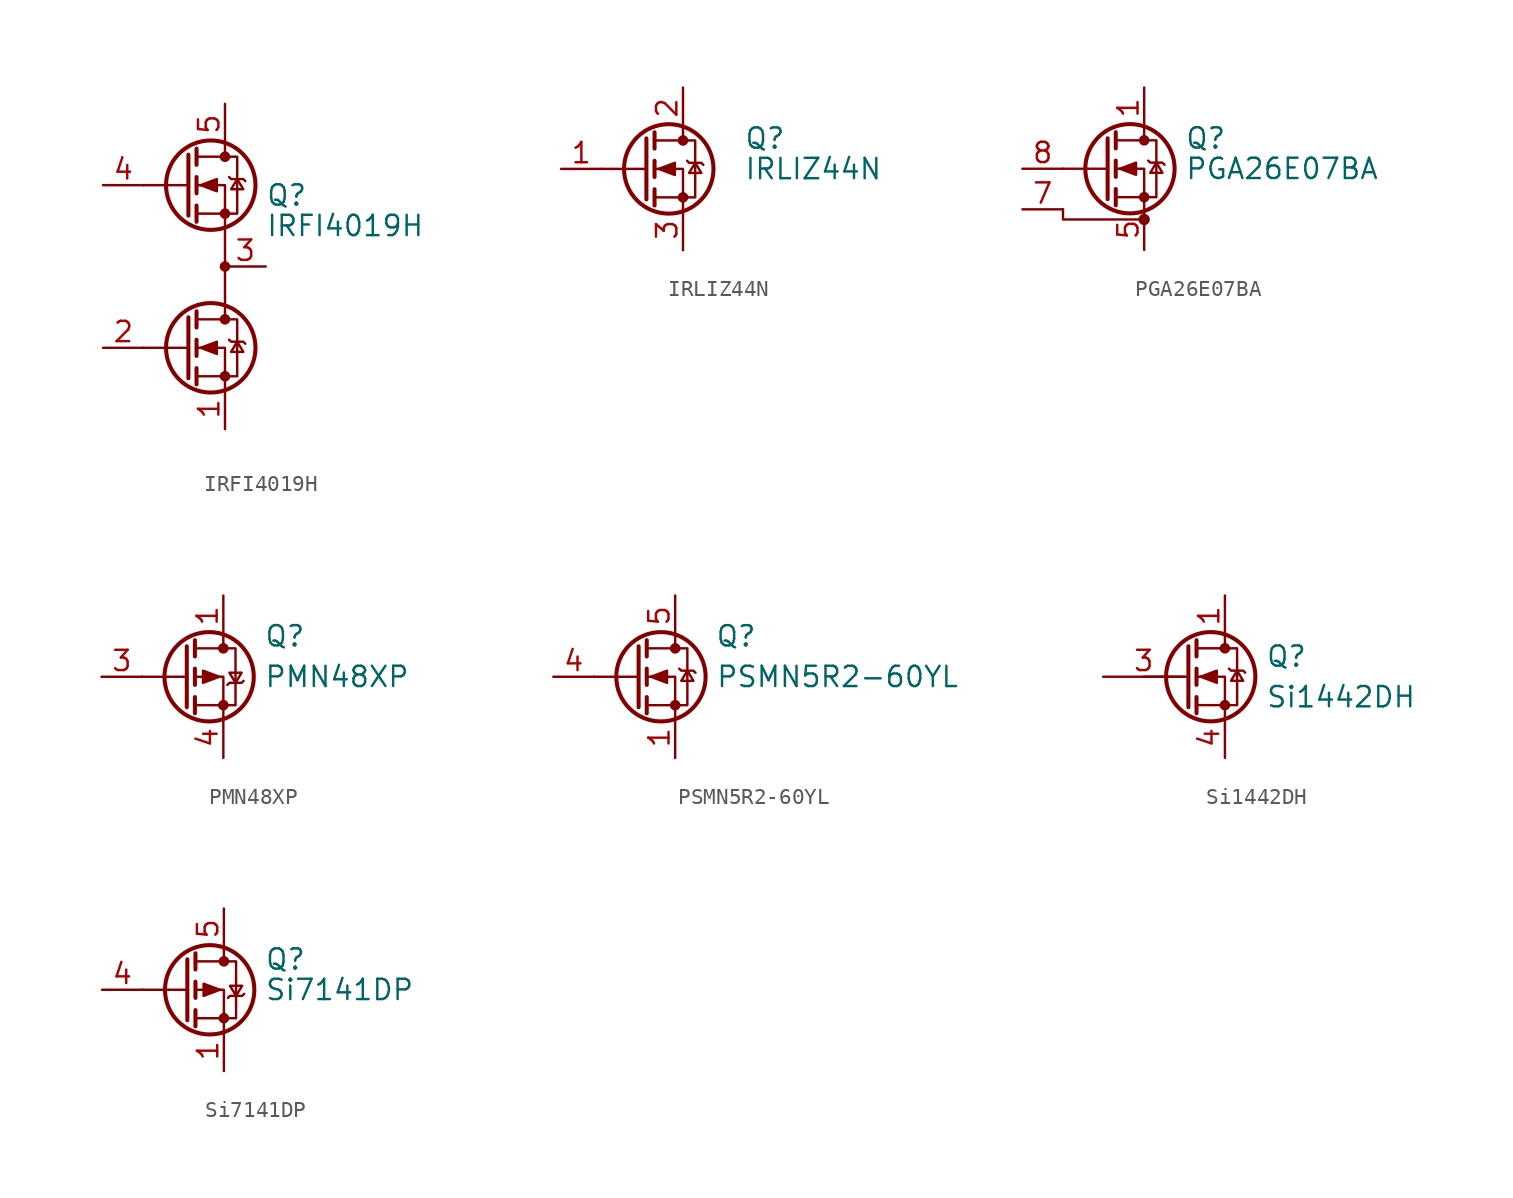
<source format=kicad_sym>
(kicad_symbol_lib
  (version 20200908)
  (generator kicad_symbol_editor)
  (symbol "Transistor_FET:IRFI4019H"
    (pin_names hide)
    (property "Reference" "Q"
      (at 5.08 4.445 0)
      (effects (font (size 1.27 1.27)) (justify left)))
    (property "Value" "IRFI4019H"
      (at 5.08 2.54 0)
      (effects (font (size 1.27 1.27)) (justify left)))
    (symbol "IRFI4019H_0_1"
      (circle (center 1.651 -5.08) (radius 2.794) (stroke (width 0.254)) (fill (type none)))
      (circle (center 1.651 5.08) (radius 2.794) (stroke (width 0.254)) (fill (type none)))
      (circle (center 2.54 -6.858) (radius 0.254) (stroke (width 0)) (fill (type outline)))
      (circle (center 2.54 -3.302) (radius 0.254) (stroke (width 0)) (fill (type outline)))
      (circle (center 2.54 0) (radius 0.254) (stroke (width 0)) (fill (type outline)))
      (circle (center 2.54 3.302) (radius 0.254) (stroke (width 0)) (fill (type outline)))
      (circle (center 2.54 6.858) (radius 0.254) (stroke (width 0)) (fill (type outline)))
      (polyline (pts (xy 0.254 -5.08) (xy -2.54 -5.08)) (stroke (width 0)) (fill (type none)))
      (polyline (pts (xy 0.254 -3.175) (xy 0.254 -6.985)) (stroke (width 0.254)) (fill (type none)))
      (polyline (pts (xy 0.254 5.08) (xy -2.54 5.08)) (stroke (width 0)) (fill (type none)))
      (polyline (pts (xy 0.254 6.985) (xy 0.254 3.175)) (stroke (width 0.254)) (fill (type none)))
      (polyline (pts (xy 0.762 -6.35) (xy 0.762 -7.366)) (stroke (width 0.254)) (fill (type none)))
      (polyline (pts (xy 0.762 -4.572) (xy 0.762 -5.588)) (stroke (width 0.254)) (fill (type none)))
      (polyline (pts (xy 0.762 -2.794) (xy 0.762 -3.81)) (stroke (width 0.254)) (fill (type none)))
      (polyline (pts (xy 0.762 3.81) (xy 0.762 2.794)) (stroke (width 0.254)) (fill (type none)))
      (polyline (pts (xy 0.762 5.588) (xy 0.762 4.572)) (stroke (width 0.254)) (fill (type none)))
      (polyline (pts (xy 0.762 7.366) (xy 0.762 6.35)) (stroke (width 0.254)) (fill (type none)))
      (polyline (pts (xy 2.54 7.62) (xy 2.54 6.858)) (stroke (width 0)) (fill (type none)))
      (polyline (pts (xy 2.54 -7.62) (xy 2.54 -5.08) (xy 0.762 -5.08)) (stroke (width 0)) (fill (type none)))
      (polyline (pts (xy 2.54 -3.302) (xy 2.54 5.08) (xy 0.762 5.08)) (stroke (width 0)) (fill (type none)))
      (polyline (pts (xy 0.762 -6.858) (xy 3.302 -6.858) (xy 3.302 -3.302) (xy 0.762 -3.302)) (stroke (width 0)) (fill (type none)))
      (polyline (pts (xy 0.762 3.302) (xy 3.302 3.302) (xy 3.302 6.858) (xy 0.762 6.858)) (stroke (width 0)) (fill (type none)))
      (polyline (pts (xy 1.016 -5.08) (xy 2.032 -4.699) (xy 2.032 -5.461) (xy 1.016 -5.08)) (stroke (width 0)) (fill (type outline)))
      (polyline (pts (xy 1.016 5.08) (xy 2.032 5.461) (xy 2.032 4.699) (xy 1.016 5.08)) (stroke (width 0)) (fill (type outline)))
      (polyline (pts (xy 2.794 -4.572) (xy 2.921 -4.699) (xy 3.683 -4.699) (xy 3.81 -4.826)) (stroke (width 0)) (fill (type none)))
      (polyline (pts (xy 2.794 5.588) (xy 2.921 5.461) (xy 3.683 5.461) (xy 3.81 5.334)) (stroke (width 0)) (fill (type none)))
      (polyline (pts (xy 3.302 -4.699) (xy 2.921 -5.334) (xy 3.683 -5.334) (xy 3.302 -4.699)) (stroke (width 0)) (fill (type none)))
      (polyline (pts (xy 3.302 5.461) (xy 2.921 4.826) (xy 3.683 4.826) (xy 3.302 5.461)) (stroke (width 0)) (fill (type none))))
    (symbol "IRFI4019H_1_1"
      (pin passive line (at 2.54 -10.16 90) (length 2.54) (name "S2" (effects (font (size 1.27 1.27)))) (number "1" (effects (font (size 1.27 1.27)))))
      (pin input line (at -5.08 -5.08 0) (length 2.54) (name "G2" (effects (font (size 1.27 1.27)))) (number "2" (effects (font (size 1.27 1.27)))))
      (pin passive line (at 5.08 0 180) (length 2.54) (name "S1/D2" (effects (font (size 1.27 1.27)))) (number "3" (effects (font (size 1.27 1.27)))))
      (pin input line (at -5.08 5.08 0) (length 2.54) (name "G1" (effects (font (size 1.27 1.27)))) (number "4" (effects (font (size 1.27 1.27)))))
      (pin passive line (at 2.54 10.16 270) (length 2.54) (name "D1" (effects (font (size 1.27 1.27)))) (number "5" (effects (font (size 1.27 1.27)))))))
  (symbol "Transistor_FET:IRLIZ44N"
    (pin_names hide)
    (property "Reference" "Q"
      (at 6.35 1.905 0)
      (effects (font (size 1.27 1.27)) (justify left)))
    (property "Value" "IRLIZ44N"
      (at 6.35 0 0)
      (effects (font (size 1.27 1.27)) (justify left)))
    (symbol "IRLIZ44N_0_1"
      (circle (center 1.651 0) (radius 2.794) (stroke (width 0.254)) (fill (type none)))
      (circle (center 2.54 -1.778) (radius 0.254) (stroke (width 0)) (fill (type outline)))
      (circle (center 2.54 1.778) (radius 0.254) (stroke (width 0)) (fill (type outline)))
      (polyline (pts (xy 0.254 0) (xy -2.54 0)) (stroke (width 0)) (fill (type none)))
      (polyline (pts (xy 0.254 1.905) (xy 0.254 -1.905)) (stroke (width 0.254)) (fill (type none)))
      (polyline (pts (xy 0.762 -1.27) (xy 0.762 -2.286)) (stroke (width 0.254)) (fill (type none)))
      (polyline (pts (xy 0.762 0.508) (xy 0.762 -0.508)) (stroke (width 0.254)) (fill (type none)))
      (polyline (pts (xy 0.762 2.286) (xy 0.762 1.27)) (stroke (width 0.254)) (fill (type none)))
      (polyline (pts (xy 2.54 2.54) (xy 2.54 1.778)) (stroke (width 0)) (fill (type none)))
      (polyline (pts (xy 2.54 -2.54) (xy 2.54 0) (xy 0.762 0)) (stroke (width 0)) (fill (type none)))
      (polyline (pts (xy 0.762 -1.778) (xy 3.302 -1.778) (xy 3.302 1.778) (xy 0.762 1.778)) (stroke (width 0)) (fill (type none)))
      (polyline (pts (xy 1.016 0) (xy 2.032 0.381) (xy 2.032 -0.381) (xy 1.016 0)) (stroke (width 0)) (fill (type outline)))
      (polyline (pts (xy 2.794 0.508) (xy 2.921 0.381) (xy 3.683 0.381) (xy 3.81 0.254)) (stroke (width 0)) (fill (type none)))
      (polyline (pts (xy 3.302 0.381) (xy 2.921 -0.254) (xy 3.683 -0.254) (xy 3.302 0.381)) (stroke (width 0)) (fill (type none))))
    (symbol "IRLIZ44N_1_1"
      (pin input line (at -5.08 0 0) (length 2.54) (name "G" (effects (font (size 1.27 1.27)))) (number "1" (effects (font (size 1.27 1.27)))))
      (pin passive line (at 2.54 5.08 270) (length 2.54) (name "D" (effects (font (size 1.27 1.27)))) (number "2" (effects (font (size 1.27 1.27)))))
      (pin passive line (at 2.54 -5.08 90) (length 2.54) (name "S" (effects (font (size 1.27 1.27)))) (number "3" (effects (font (size 1.27 1.27)))))))
  (symbol "Transistor_FET:PGA26E07BA"
    (pin_names hide)
    (property "Reference" "Q"
      (at 5.08 1.905 0)
      (effects (font (size 1.27 1.27)) (justify left)))
    (property "Value" "PGA26E07BA"
      (at 5.08 0 0)
      (effects (font (size 1.27 1.27)) (justify left)))
    (symbol "PGA26E07BA_0_1"
      (circle (center 1.651 0) (radius 2.794) (stroke (width 0.254)) (fill (type none)))
      (circle (center 2.54 -3.175) (radius 0.279) (stroke (width 0)) (fill (type outline)))
      (circle (center 2.54 -1.778) (radius 0.254) (stroke (width 0)) (fill (type outline)))
      (circle (center 2.54 1.778) (radius 0.254) (stroke (width 0)) (fill (type outline)))
      (polyline (pts (xy 0.254 0) (xy -2.54 0)) (stroke (width 0)) (fill (type none)))
      (polyline (pts (xy 0.254 1.905) (xy 0.254 -1.905)) (stroke (width 0.254)) (fill (type none)))
      (polyline (pts (xy 0.762 -1.27) (xy 0.762 -2.286)) (stroke (width 0.254)) (fill (type none)))
      (polyline (pts (xy 0.762 0.508) (xy 0.762 -0.508)) (stroke (width 0.254)) (fill (type none)))
      (polyline (pts (xy 0.762 2.286) (xy 0.762 1.27)) (stroke (width 0.254)) (fill (type none)))
      (polyline (pts (xy 2.54 2.54) (xy 2.54 1.778)) (stroke (width 0)) (fill (type none)))
      (polyline (pts (xy -2.54 -2.54) (xy -2.54 -3.175) (xy 2.54 -3.175)) (stroke (width 0)) (fill (type none)))
      (polyline (pts (xy 2.54 -2.54) (xy 2.54 0) (xy 0.762 0)) (stroke (width 0)) (fill (type none)))
      (polyline (pts (xy 0.762 -1.778) (xy 3.302 -1.778) (xy 3.302 1.778) (xy 0.762 1.778)) (stroke (width 0)) (fill (type none)))
      (polyline (pts (xy 1.016 0) (xy 2.032 0.381) (xy 2.032 -0.381) (xy 1.016 0)) (stroke (width 0)) (fill (type outline)))
      (polyline (pts (xy 2.794 0.508) (xy 2.921 0.381) (xy 3.683 0.381) (xy 3.81 0.254)) (stroke (width 0)) (fill (type none)))
      (polyline (pts (xy 3.302 0.381) (xy 2.921 -0.254) (xy 3.683 -0.254) (xy 3.302 0.381)) (stroke (width 0)) (fill (type none))))
    (symbol "PGA26E07BA_1_1"
      (pin passive line (at 2.54 5.08 270) (length 2.54) (name "D" (effects (font (size 1.27 1.27)))) (number "1" (effects (font (size 1.27 1.27)))))
      (pin passive line (at 2.54 5.08 270) (length 2.54) hide (name "D" (effects (font (size 1.27 1.27)))) (number "2" (effects (font (size 1.27 1.27)))))
      (pin passive line (at 2.54 5.08 270) (length 2.54) hide (name "D" (effects (font (size 1.27 1.27)))) (number "3" (effects (font (size 1.27 1.27)))))
      (pin passive line (at 2.54 5.08 270) (length 2.54) hide (name "D" (effects (font (size 1.27 1.27)))) (number "4" (effects (font (size 1.27 1.27)))))
      (pin passive line (at 2.54 -5.08 90) (length 2.54) (name "S2" (effects (font (size 1.27 1.27)))) (number "5" (effects (font (size 1.27 1.27)))))
      (pin passive line (at 2.54 -5.08 90) (length 2.54) hide (name "S2" (effects (font (size 1.27 1.27)))) (number "6" (effects (font (size 1.27 1.27)))))
      (pin passive line (at -5.08 -2.54 0) (length 2.54) (name "S1" (effects (font (size 1.27 1.27)))) (number "7" (effects (font (size 1.27 1.27)))))
      (pin input line (at -5.08 0 0) (length 2.54) (name "G" (effects (font (size 1.27 1.27)))) (number "8" (effects (font (size 1.27 1.27)))))
      (pin passive line (at 2.54 -5.08 90) (length 2.54) hide (name "S2" (effects (font (size 1.27 1.27)))) (number "9" (effects (font (size 1.27 1.27)))))))
  (symbol "Transistor_FET:PMN48XP"
    (pin_names hide)
    (property "Reference" "Q"
      (at 5.08 2.54 0)
      (effects (font (size 1.27 1.27)) (justify left)))
    (property "Value" "PMN48XP"
      (at 5.08 0 0)
      (effects (font (size 1.27 1.27)) (justify left)))
    (symbol "PMN48XP_0_1"
      (circle (center 1.651 0) (radius 2.794) (stroke (width 0.254)) (fill (type none)))
      (circle (center 2.54 -1.778) (radius 0.254) (stroke (width 0)) (fill (type outline)))
      (circle (center 2.54 1.778) (radius 0.254) (stroke (width 0)) (fill (type outline)))
      (polyline (pts (xy 0.254 0) (xy -2.54 0)) (stroke (width 0)) (fill (type none)))
      (polyline (pts (xy 0.254 1.905) (xy 0.254 -1.905)) (stroke (width 0.254)) (fill (type none)))
      (polyline (pts (xy 0.762 -1.27) (xy 0.762 -2.286)) (stroke (width 0.254)) (fill (type none)))
      (polyline (pts (xy 0.762 0.508) (xy 0.762 -0.508)) (stroke (width 0.254)) (fill (type none)))
      (polyline (pts (xy 0.762 2.286) (xy 0.762 1.27)) (stroke (width 0.254)) (fill (type none)))
      (polyline (pts (xy 2.54 2.54) (xy 2.54 1.778)) (stroke (width 0)) (fill (type none)))
      (polyline (pts (xy 2.54 -2.54) (xy 2.54 0) (xy 0.762 0)) (stroke (width 0)) (fill (type none)))
      (polyline (pts (xy 0.762 1.778) (xy 3.302 1.778) (xy 3.302 -1.778) (xy 0.762 -1.778)) (stroke (width 0)) (fill (type none)))
      (polyline (pts (xy 2.286 0) (xy 1.27 0.381) (xy 1.27 -0.381) (xy 2.286 0)) (stroke (width 0)) (fill (type outline)))
      (polyline (pts (xy 2.794 -0.508) (xy 2.921 -0.381) (xy 3.683 -0.381) (xy 3.81 -0.254)) (stroke (width 0)) (fill (type none)))
      (polyline (pts (xy 3.302 -0.381) (xy 2.921 0.254) (xy 3.683 0.254) (xy 3.302 -0.381)) (stroke (width 0)) (fill (type none))))
    (symbol "PMN48XP_1_1"
      (pin passive line (at 2.54 5.08 270) (length 2.54) (name "D" (effects (font (size 1.27 1.27)))) (number "1" (effects (font (size 1.27 1.27)))))
      (pin passive line (at 2.54 5.08 270) (length 2.54) hide (name "D" (effects (font (size 1.27 1.27)))) (number "2" (effects (font (size 1.27 1.27)))))
      (pin passive line (at -5.08 0 0) (length 2.54) (name "G" (effects (font (size 1.27 1.27)))) (number "3" (effects (font (size 1.27 1.27)))))
      (pin passive line (at 2.54 -5.08 90) (length 2.54) (name "S" (effects (font (size 1.27 1.27)))) (number "4" (effects (font (size 1.27 1.27)))))
      (pin passive line (at 2.54 5.08 270) (length 2.54) hide (name "D" (effects (font (size 1.27 1.27)))) (number "5" (effects (font (size 1.27 1.27)))))
      (pin passive line (at 2.54 5.08 270) (length 2.54) hide (name "D" (effects (font (size 1.27 1.27)))) (number "6" (effects (font (size 1.27 1.27)))))))
  (symbol "Transistor_FET:PSMN5R2-60YL"
    (pin_names hide)
    (property "Reference" "Q"
      (at 6.35 2.54 0)
      (effects (font (size 1.27 1.27))))
    (property "Value" "PSMN5R2-60YL"
      (at 12.7 0 0)
      (effects (font (size 1.27 1.27))))
    (symbol "PSMN5R2-60YL_0_1"
      (circle (center 1.651 0) (radius 2.794) (stroke (width 0.254)) (fill (type none)))
      (circle (center 2.54 -1.778) (radius 0.254) (stroke (width 0)) (fill (type outline)))
      (circle (center 2.54 1.778) (radius 0.254) (stroke (width 0)) (fill (type outline)))
      (polyline (pts (xy 0.254 0) (xy -2.54 0)) (stroke (width 0)) (fill (type none)))
      (polyline (pts (xy 0.254 1.905) (xy 0.254 -1.905)) (stroke (width 0.254)) (fill (type none)))
      (polyline (pts (xy 0.762 -1.27) (xy 0.762 -2.286)) (stroke (width 0.254)) (fill (type none)))
      (polyline (pts (xy 0.762 0.508) (xy 0.762 -0.508)) (stroke (width 0.254)) (fill (type none)))
      (polyline (pts (xy 0.762 2.286) (xy 0.762 1.27)) (stroke (width 0.254)) (fill (type none)))
      (polyline (pts (xy 2.54 2.54) (xy 2.54 1.778)) (stroke (width 0)) (fill (type none)))
      (polyline (pts (xy 2.54 -2.54) (xy 2.54 0) (xy 0.762 0)) (stroke (width 0)) (fill (type none)))
      (polyline (pts (xy 0.762 -1.778) (xy 3.302 -1.778) (xy 3.302 1.778) (xy 0.762 1.778)) (stroke (width 0)) (fill (type none)))
      (polyline (pts (xy 1.016 0) (xy 2.032 0.381) (xy 2.032 -0.381) (xy 1.016 0)) (stroke (width 0)) (fill (type outline)))
      (polyline (pts (xy 2.794 0.508) (xy 2.921 0.381) (xy 3.683 0.381) (xy 3.81 0.254)) (stroke (width 0)) (fill (type none)))
      (polyline (pts (xy 3.302 0.381) (xy 2.921 -0.254) (xy 3.683 -0.254) (xy 3.302 0.381)) (stroke (width 0)) (fill (type none))))
    (symbol "PSMN5R2-60YL_1_1"
      (pin passive line (at 2.54 -5.08 90) (length 2.54) (name "S" (effects (font (size 1.27 1.27)))) (number "1" (effects (font (size 1.27 1.27)))))
      (pin passive line (at 2.54 -5.08 90) (length 2.54) hide (name "S" (effects (font (size 1.27 1.27)))) (number "2" (effects (font (size 1.27 1.27)))))
      (pin passive line (at 2.54 -5.08 90) (length 2.54) hide (name "S" (effects (font (size 1.27 1.27)))) (number "3" (effects (font (size 1.27 1.27)))))
      (pin passive line (at -5.08 0 0) (length 2.54) (name "G" (effects (font (size 1.27 1.27)))) (number "4" (effects (font (size 1.27 1.27)))))
      (pin passive line (at 2.54 5.08 270) (length 2.54) (name "D" (effects (font (size 1.27 1.27)))) (number "5" (effects (font (size 1.27 1.27)))))))
  (symbol "Transistor_FET:Si1442DH"
    (pin_names hide)
    (property "Reference" "Q"
      (at 5.08 1.27 0)
      (effects (font (size 1.27 1.27)) (justify left)))
    (property "Value" "Si1442DH"
      (at 5.08 -1.27 0)
      (effects (font (size 1.27 1.27)) (justify left)))
    (symbol "Si1442DH_0_1"
      (circle (center 1.651 0) (radius 2.794) (stroke (width 0.254)) (fill (type none)))
      (circle (center 2.54 -1.778) (radius 0.254) (stroke (width 0)) (fill (type outline)))
      (circle (center 2.54 1.778) (radius 0.254) (stroke (width 0)) (fill (type outline)))
      (polyline (pts (xy 0.254 0) (xy -2.54 0)) (stroke (width 0)) (fill (type none)))
      (polyline (pts (xy 0.254 1.905) (xy 0.254 -1.905)) (stroke (width 0.254)) (fill (type none)))
      (polyline (pts (xy 0.762 -1.27) (xy 0.762 -2.286)) (stroke (width 0.254)) (fill (type none)))
      (polyline (pts (xy 0.762 0.508) (xy 0.762 -0.508)) (stroke (width 0.254)) (fill (type none)))
      (polyline (pts (xy 0.762 2.286) (xy 0.762 1.27)) (stroke (width 0.254)) (fill (type none)))
      (polyline (pts (xy 2.54 2.54) (xy 2.54 1.778)) (stroke (width 0)) (fill (type none)))
      (polyline (pts (xy 2.54 -2.54) (xy 2.54 0) (xy 0.762 0)) (stroke (width 0)) (fill (type none)))
      (polyline (pts (xy 0.762 -1.778) (xy 3.302 -1.778) (xy 3.302 1.778) (xy 0.762 1.778)) (stroke (width 0)) (fill (type none)))
      (polyline (pts (xy 1.016 0) (xy 2.032 0.381) (xy 2.032 -0.381) (xy 1.016 0)) (stroke (width 0)) (fill (type outline)))
      (polyline (pts (xy 2.794 0.508) (xy 2.921 0.381) (xy 3.683 0.381) (xy 3.81 0.254)) (stroke (width 0)) (fill (type none)))
      (polyline (pts (xy 3.302 0.381) (xy 2.921 -0.254) (xy 3.683 -0.254) (xy 3.302 0.381)) (stroke (width 0)) (fill (type none))))
    (symbol "Si1442DH_1_1"
      (pin passive line (at 2.54 5.08 270) (length 2.54) (name "D" (effects (font (size 1.27 1.27)))) (number "1" (effects (font (size 1.27 1.27)))))
      (pin passive line (at 2.54 5.08 270) (length 2.54) hide (name "D" (effects (font (size 1.27 1.27)))) (number "2" (effects (font (size 1.27 1.27)))))
      (pin input line (at -5.08 0 0) (length 5.08) (name "G" (effects (font (size 1.27 1.27)))) (number "3" (effects (font (size 1.27 1.27)))))
      (pin passive line (at 2.54 -5.08 90) (length 2.54) (name "S" (effects (font (size 1.27 1.27)))) (number "4" (effects (font (size 1.27 1.27)))))
      (pin passive line (at 2.54 5.08 270) (length 2.54) hide (name "D" (effects (font (size 1.27 1.27)))) (number "5" (effects (font (size 1.27 1.27)))))
      (pin passive line (at 2.54 5.08 270) (length 2.54) hide (name "D" (effects (font (size 1.27 1.27)))) (number "6" (effects (font (size 1.27 1.27)))))))
  (symbol "Transistor_FET:Si7141DP"
    (pin_names hide)
    (property "Reference" "Q"
      (at 5.08 1.905 0)
      (effects (font (size 1.27 1.27)) (justify left)))
    (property "Value" "Si7141DP"
      (at 5.08 0 0)
      (effects (font (size 1.27 1.27)) (justify left)))
    (symbol "Si7141DP_0_1"
      (circle (center 1.651 0) (radius 2.794) (stroke (width 0.254)) (fill (type none)))
      (circle (center 2.54 -1.778) (radius 0.254) (stroke (width 0)) (fill (type outline)))
      (circle (center 2.54 1.778) (radius 0.254) (stroke (width 0)) (fill (type outline)))
      (polyline (pts (xy 0.254 0) (xy -2.54 0)) (stroke (width 0)) (fill (type none)))
      (polyline (pts (xy 0.254 1.905) (xy 0.254 -1.905)) (stroke (width 0.254)) (fill (type none)))
      (polyline (pts (xy 0.762 -1.27) (xy 0.762 -2.286)) (stroke (width 0.254)) (fill (type none)))
      (polyline (pts (xy 0.762 0.508) (xy 0.762 -0.508)) (stroke (width 0.254)) (fill (type none)))
      (polyline (pts (xy 0.762 2.286) (xy 0.762 1.27)) (stroke (width 0.254)) (fill (type none)))
      (polyline (pts (xy 2.54 2.54) (xy 2.54 1.778)) (stroke (width 0)) (fill (type none)))
      (polyline (pts (xy 2.54 -2.54) (xy 2.54 0) (xy 0.762 0)) (stroke (width 0)) (fill (type none)))
      (polyline (pts (xy 0.762 1.778) (xy 3.302 1.778) (xy 3.302 -1.778) (xy 0.762 -1.778)) (stroke (width 0)) (fill (type none)))
      (polyline (pts (xy 2.286 0) (xy 1.27 0.381) (xy 1.27 -0.381) (xy 2.286 0)) (stroke (width 0)) (fill (type outline)))
      (polyline (pts (xy 2.794 -0.508) (xy 2.921 -0.381) (xy 3.683 -0.381) (xy 3.81 -0.254)) (stroke (width 0)) (fill (type none)))
      (polyline (pts (xy 3.302 -0.381) (xy 2.921 0.254) (xy 3.683 0.254) (xy 3.302 -0.381)) (stroke (width 0)) (fill (type none))))
    (symbol "Si7141DP_1_1"
      (pin passive line (at 2.54 -5.08 90) (length 2.54) (name "S" (effects (font (size 1.27 1.27)))) (number "1" (effects (font (size 1.27 1.27)))))
      (pin passive line (at 2.54 -5.08 90) (length 2.54) hide (name "S" (effects (font (size 1.27 1.27)))) (number "2" (effects (font (size 1.27 1.27)))))
      (pin passive line (at 2.54 -5.08 90) (length 2.54) hide (name "S" (effects (font (size 1.27 1.27)))) (number "3" (effects (font (size 1.27 1.27)))))
      (pin input line (at -5.08 0 0) (length 2.54) (name "G" (effects (font (size 1.27 1.27)))) (number "4" (effects (font (size 1.27 1.27)))))
      (pin passive line (at 2.54 5.08 270) (length 2.54) (name "D" (effects (font (size 1.27 1.27)))) (number "5" (effects (font (size 1.27 1.27))))))))
</source>
